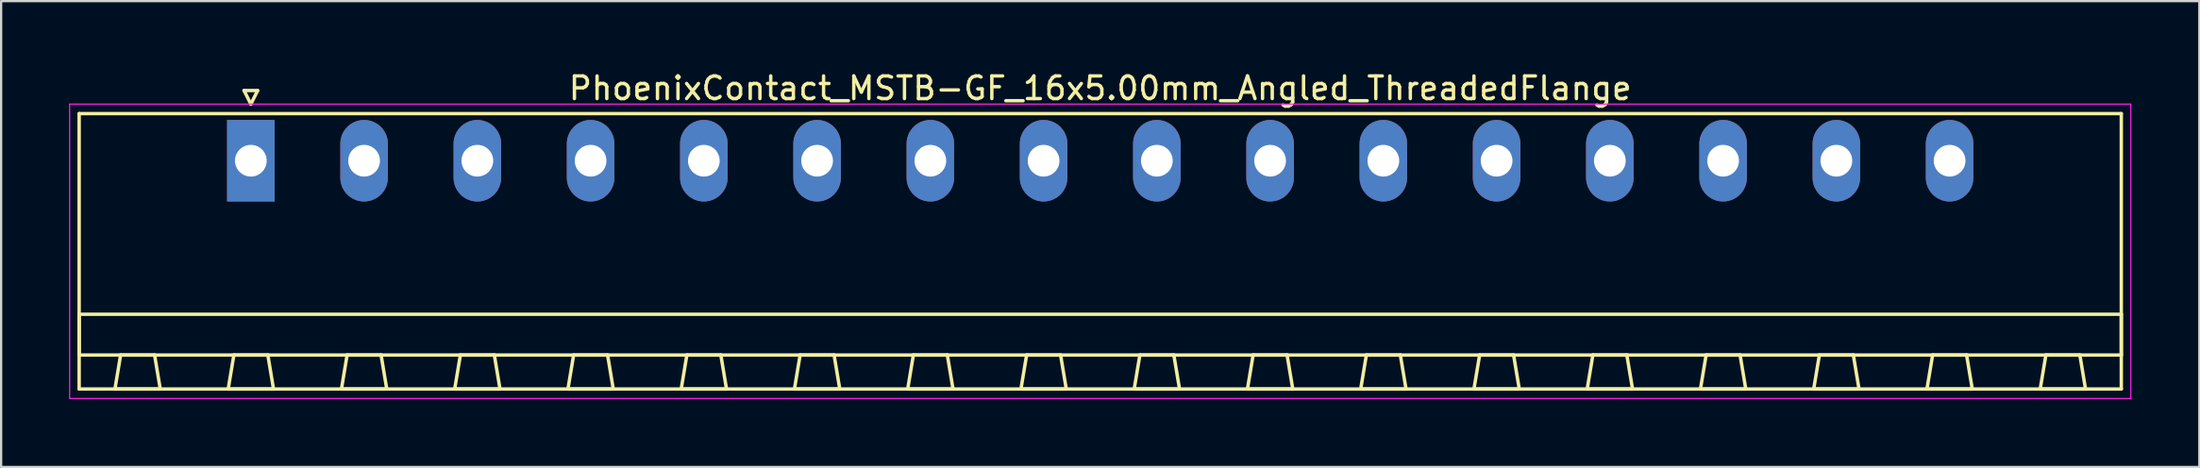
<source format=kicad_pcb>
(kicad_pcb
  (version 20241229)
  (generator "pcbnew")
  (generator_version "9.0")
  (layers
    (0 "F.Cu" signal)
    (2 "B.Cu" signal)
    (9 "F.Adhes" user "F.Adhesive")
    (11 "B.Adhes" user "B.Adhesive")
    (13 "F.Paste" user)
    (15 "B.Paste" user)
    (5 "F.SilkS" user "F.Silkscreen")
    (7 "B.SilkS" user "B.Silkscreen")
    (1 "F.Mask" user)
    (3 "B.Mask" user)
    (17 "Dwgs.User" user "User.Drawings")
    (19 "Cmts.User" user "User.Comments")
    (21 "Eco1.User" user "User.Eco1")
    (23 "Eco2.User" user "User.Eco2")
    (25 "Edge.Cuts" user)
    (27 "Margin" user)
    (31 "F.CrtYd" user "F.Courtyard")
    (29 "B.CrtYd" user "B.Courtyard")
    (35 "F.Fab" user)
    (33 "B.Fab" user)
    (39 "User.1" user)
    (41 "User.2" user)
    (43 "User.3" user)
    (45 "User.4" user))
  (footprint "PhoenixContact_MSTB-GF_16x5.00mm_Angled_ThreadedFlange"
    (layer "F.Cu")
    (at 8.025 4.048)
    (property "Reference" "PhoenixContact_MSTB-GF_16x5.00mm_Angled_ThreadedFlange" (at 37.5 -3.2 0) (layer "F.SilkS") (effects (font (size 1 1) (thickness 0.15))))
    (attr through_hole)
    (fp_line (start -7.58 -2.08) (end -7.58 10.08) (stroke (width 0.15) (type solid)) (layer "F.SilkS"))
    (fp_line (start -7.58 6.78) (end 82.58 6.78) (stroke (width 0.15) (type solid)) (layer "F.SilkS"))
    (fp_line (start -7.58 8.58) (end -7.58 6.78) (stroke (width 0.15) (type solid)) (layer "F.SilkS"))
    (fp_line (start -7.58 10.08) (end 82.58 10.08) (stroke (width 0.15) (type solid)) (layer "F.SilkS"))
    (fp_line (start -6 10.08) (end -4 10.08) (stroke (width 0.15) (type solid)) (layer "F.SilkS"))
    (fp_line (start -5.75 8.58) (end -6 10.08) (stroke (width 0.15) (type solid)) (layer "F.SilkS"))
    (fp_line (start -4.25 8.58) (end -5.75 8.58) (stroke (width 0.15) (type solid)) (layer "F.SilkS"))
    (fp_line (start -4 10.08) (end -4.25 8.58) (stroke (width 0.15) (type solid)) (layer "F.SilkS"))
    (fp_line (start -1 10.08) (end 1 10.08) (stroke (width 0.15) (type solid)) (layer "F.SilkS"))
    (fp_line (start -0.75 8.58) (end -1 10.08) (stroke (width 0.15) (type solid)) (layer "F.SilkS"))
    (fp_line (start -0.3 -3.1) (end 0 -2.5) (stroke (width 0.15) (type solid)) (layer "F.SilkS"))
    (fp_line (start 0 -2.5) (end 0.3 -3.1) (stroke (width 0.15) (type solid)) (layer "F.SilkS"))
    (fp_line (start 0.3 -3.1) (end -0.3 -3.1) (stroke (width 0.15) (type solid)) (layer "F.SilkS"))
    (fp_line (start 0.75 8.58) (end -0.75 8.58) (stroke (width 0.15) (type solid)) (layer "F.SilkS"))
    (fp_line (start 1 10.08) (end 0.75 8.58) (stroke (width 0.15) (type solid)) (layer "F.SilkS"))
    (fp_line (start 4 10.08) (end 6 10.08) (stroke (width 0.15) (type solid)) (layer "F.SilkS"))
    (fp_line (start 4.25 8.58) (end 4 10.08) (stroke (width 0.15) (type solid)) (layer "F.SilkS"))
    (fp_line (start 5.75 8.58) (end 4.25 8.58) (stroke (width 0.15) (type solid)) (layer "F.SilkS"))
    (fp_line (start 6 10.08) (end 5.75 8.58) (stroke (width 0.15) (type solid)) (layer "F.SilkS"))
    (fp_line (start 9 10.08) (end 11 10.08) (stroke (width 0.15) (type solid)) (layer "F.SilkS"))
    (fp_line (start 9.25 8.58) (end 9 10.08) (stroke (width 0.15) (type solid)) (layer "F.SilkS"))
    (fp_line (start 10.75 8.58) (end 9.25 8.58) (stroke (width 0.15) (type solid)) (layer "F.SilkS"))
    (fp_line (start 11 10.08) (end 10.75 8.58) (stroke (width 0.15) (type solid)) (layer "F.SilkS"))
    (fp_line (start 14 10.08) (end 16 10.08) (stroke (width 0.15) (type solid)) (layer "F.SilkS"))
    (fp_line (start 14.25 8.58) (end 14 10.08) (stroke (width 0.15) (type solid)) (layer "F.SilkS"))
    (fp_line (start 15.75 8.58) (end 14.25 8.58) (stroke (width 0.15) (type solid)) (layer "F.SilkS"))
    (fp_line (start 16 10.08) (end 15.75 8.58) (stroke (width 0.15) (type solid)) (layer "F.SilkS"))
    (fp_line (start 19 10.08) (end 21 10.08) (stroke (width 0.15) (type solid)) (layer "F.SilkS"))
    (fp_line (start 19.25 8.58) (end 19 10.08) (stroke (width 0.15) (type solid)) (layer "F.SilkS"))
    (fp_line (start 20.75 8.58) (end 19.25 8.58) (stroke (width 0.15) (type solid)) (layer "F.SilkS"))
    (fp_line (start 21 10.08) (end 20.75 8.58) (stroke (width 0.15) (type solid)) (layer "F.SilkS"))
    (fp_line (start 24 10.08) (end 26 10.08) (stroke (width 0.15) (type solid)) (layer "F.SilkS"))
    (fp_line (start 24.25 8.58) (end 24 10.08) (stroke (width 0.15) (type solid)) (layer "F.SilkS"))
    (fp_line (start 25.75 8.58) (end 24.25 8.58) (stroke (width 0.15) (type solid)) (layer "F.SilkS"))
    (fp_line (start 26 10.08) (end 25.75 8.58) (stroke (width 0.15) (type solid)) (layer "F.SilkS"))
    (fp_line (start 29 10.08) (end 31 10.08) (stroke (width 0.15) (type solid)) (layer "F.SilkS"))
    (fp_line (start 29.25 8.58) (end 29 10.08) (stroke (width 0.15) (type solid)) (layer "F.SilkS"))
    (fp_line (start 30.75 8.58) (end 29.25 8.58) (stroke (width 0.15) (type solid)) (layer "F.SilkS"))
    (fp_line (start 31 10.08) (end 30.75 8.58) (stroke (width 0.15) (type solid)) (layer "F.SilkS"))
    (fp_line (start 34 10.08) (end 36 10.08) (stroke (width 0.15) (type solid)) (layer "F.SilkS"))
    (fp_line (start 34.25 8.58) (end 34 10.08) (stroke (width 0.15) (type solid)) (layer "F.SilkS"))
    (fp_line (start 35.75 8.58) (end 34.25 8.58) (stroke (width 0.15) (type solid)) (layer "F.SilkS"))
    (fp_line (start 36 10.08) (end 35.75 8.58) (stroke (width 0.15) (type solid)) (layer "F.SilkS"))
    (fp_line (start 39 10.08) (end 41 10.08) (stroke (width 0.15) (type solid)) (layer "F.SilkS"))
    (fp_line (start 39.25 8.58) (end 39 10.08) (stroke (width 0.15) (type solid)) (layer "F.SilkS"))
    (fp_line (start 40.75 8.58) (end 39.25 8.58) (stroke (width 0.15) (type solid)) (layer "F.SilkS"))
    (fp_line (start 41 10.08) (end 40.75 8.58) (stroke (width 0.15) (type solid)) (layer "F.SilkS"))
    (fp_line (start 44 10.08) (end 46 10.08) (stroke (width 0.15) (type solid)) (layer "F.SilkS"))
    (fp_line (start 44.25 8.58) (end 44 10.08) (stroke (width 0.15) (type solid)) (layer "F.SilkS"))
    (fp_line (start 45.75 8.58) (end 44.25 8.58) (stroke (width 0.15) (type solid)) (layer "F.SilkS"))
    (fp_line (start 46 10.08) (end 45.75 8.58) (stroke (width 0.15) (type solid)) (layer "F.SilkS"))
    (fp_line (start 49 10.08) (end 51 10.08) (stroke (width 0.15) (type solid)) (layer "F.SilkS"))
    (fp_line (start 49.25 8.58) (end 49 10.08) (stroke (width 0.15) (type solid)) (layer "F.SilkS"))
    (fp_line (start 50.75 8.58) (end 49.25 8.58) (stroke (width 0.15) (type solid)) (layer "F.SilkS"))
    (fp_line (start 51 10.08) (end 50.75 8.58) (stroke (width 0.15) (type solid)) (layer "F.SilkS"))
    (fp_line (start 54 10.08) (end 56 10.08) (stroke (width 0.15) (type solid)) (layer "F.SilkS"))
    (fp_line (start 54.25 8.58) (end 54 10.08) (stroke (width 0.15) (type solid)) (layer "F.SilkS"))
    (fp_line (start 55.75 8.58) (end 54.25 8.58) (stroke (width 0.15) (type solid)) (layer "F.SilkS"))
    (fp_line (start 56 10.08) (end 55.75 8.58) (stroke (width 0.15) (type solid)) (layer "F.SilkS"))
    (fp_line (start 59 10.08) (end 61 10.08) (stroke (width 0.15) (type solid)) (layer "F.SilkS"))
    (fp_line (start 59.25 8.58) (end 59 10.08) (stroke (width 0.15) (type solid)) (layer "F.SilkS"))
    (fp_line (start 60.75 8.58) (end 59.25 8.58) (stroke (width 0.15) (type solid)) (layer "F.SilkS"))
    (fp_line (start 61 10.08) (end 60.75 8.58) (stroke (width 0.15) (type solid)) (layer "F.SilkS"))
    (fp_line (start 64 10.08) (end 66 10.08) (stroke (width 0.15) (type solid)) (layer "F.SilkS"))
    (fp_line (start 64.25 8.58) (end 64 10.08) (stroke (width 0.15) (type solid)) (layer "F.SilkS"))
    (fp_line (start 65.75 8.58) (end 64.25 8.58) (stroke (width 0.15) (type solid)) (layer "F.SilkS"))
    (fp_line (start 66 10.08) (end 65.75 8.58) (stroke (width 0.15) (type solid)) (layer "F.SilkS"))
    (fp_line (start 69 10.08) (end 71 10.08) (stroke (width 0.15) (type solid)) (layer "F.SilkS"))
    (fp_line (start 69.25 8.58) (end 69 10.08) (stroke (width 0.15) (type solid)) (layer "F.SilkS"))
    (fp_line (start 70.75 8.58) (end 69.25 8.58) (stroke (width 0.15) (type solid)) (layer "F.SilkS"))
    (fp_line (start 71 10.08) (end 70.75 8.58) (stroke (width 0.15) (type solid)) (layer "F.SilkS"))
    (fp_line (start 74 10.08) (end 76 10.08) (stroke (width 0.15) (type solid)) (layer "F.SilkS"))
    (fp_line (start 74.25 8.58) (end 74 10.08) (stroke (width 0.15) (type solid)) (layer "F.SilkS"))
    (fp_line (start 75.75 8.58) (end 74.25 8.58) (stroke (width 0.15) (type solid)) (layer "F.SilkS"))
    (fp_line (start 76 10.08) (end 75.75 8.58) (stroke (width 0.15) (type solid)) (layer "F.SilkS"))
    (fp_line (start 79 10.08) (end 81 10.08) (stroke (width 0.15) (type solid)) (layer "F.SilkS"))
    (fp_line (start 79.25 8.58) (end 79 10.08) (stroke (width 0.15) (type solid)) (layer "F.SilkS"))
    (fp_line (start 80.75 8.58) (end 79.25 8.58) (stroke (width 0.15) (type solid)) (layer "F.SilkS"))
    (fp_line (start 81 10.08) (end 80.75 8.58) (stroke (width 0.15) (type solid)) (layer "F.SilkS"))
    (fp_line (start 82.58 -2.08) (end -7.58 -2.08) (stroke (width 0.15) (type solid)) (layer "F.SilkS"))
    (fp_line (start 82.58 6.78) (end 82.58 8.58) (stroke (width 0.15) (type solid)) (layer "F.SilkS"))
    (fp_line (start 82.58 8.58) (end -7.58 8.58) (stroke (width 0.15) (type solid)) (layer "F.SilkS"))
    (fp_line (start 82.58 10.08) (end 82.58 -2.08) (stroke (width 0.15) (type solid)) (layer "F.SilkS"))
    (fp_line (start -8 -2.5) (end -8 10.5) (stroke (width 0.05) (type solid)) (layer "F.CrtYd"))
    (fp_line (start -8 10.5) (end 83 10.5) (stroke (width 0.05) (type solid)) (layer "F.CrtYd"))
    (fp_line (start 83 -2.5) (end -8 -2.5) (stroke (width 0.05) (type solid)) (layer "F.CrtYd"))
    (fp_line (start 83 10.5) (end 83 -2.5) (stroke (width 0.05) (type solid)) (layer "F.CrtYd"))
    (pad "1" thru_hole rect (at 0 0) (size 2.1 3.6) (drill 1.4) (layers "*.Cu" "*.Mask"))
    (pad "2" thru_hole oval (at 5 0) (size 2.1 3.6) (drill 1.4) (layers "*.Cu" "*.Mask"))
    (pad "3" thru_hole oval (at 10 0) (size 2.1 3.6) (drill 1.4) (layers "*.Cu" "*.Mask"))
    (pad "4" thru_hole oval (at 15 0) (size 2.1 3.6) (drill 1.4) (layers "*.Cu" "*.Mask"))
    (pad "5" thru_hole oval (at 20 0) (size 2.1 3.6) (drill 1.4) (layers "*.Cu" "*.Mask"))
    (pad "6" thru_hole oval (at 25 0) (size 2.1 3.6) (drill 1.4) (layers "*.Cu" "*.Mask"))
    (pad "7" thru_hole oval (at 30 0) (size 2.1 3.6) (drill 1.4) (layers "*.Cu" "*.Mask"))
    (pad "8" thru_hole oval (at 35 0) (size 2.1 3.6) (drill 1.4) (layers "*.Cu" "*.Mask"))
    (pad "9" thru_hole oval (at 40 0) (size 2.1 3.6) (drill 1.4) (layers "*.Cu" "*.Mask"))
    (pad "10" thru_hole oval (at 45 0) (size 2.1 3.6) (drill 1.4) (layers "*.Cu" "*.Mask"))
    (pad "11" thru_hole oval (at 50 0) (size 2.1 3.6) (drill 1.4) (layers "*.Cu" "*.Mask"))
    (pad "12" thru_hole oval (at 55 0) (size 2.1 3.6) (drill 1.4) (layers "*.Cu" "*.Mask"))
    (pad "13" thru_hole oval (at 60 0) (size 2.1 3.6) (drill 1.4) (layers "*.Cu" "*.Mask"))
    (pad "14" thru_hole oval (at 65 0) (size 2.1 3.6) (drill 1.4) (layers "*.Cu" "*.Mask"))
    (pad "15" thru_hole oval (at 70 0) (size 2.1 3.6) (drill 1.4) (layers "*.Cu" "*.Mask"))
    (pad "16" thru_hole oval (at 75 0) (size 2.1 3.6) (drill 1.4) (layers "*.Cu" "*.Mask")))
  (gr_rect
    (start -3 -3)
    (end 94.05 17.573)
    (stroke (width 0.1) (type default))
    (fill no)
    (layer "Edge.Cuts")))
</source>
